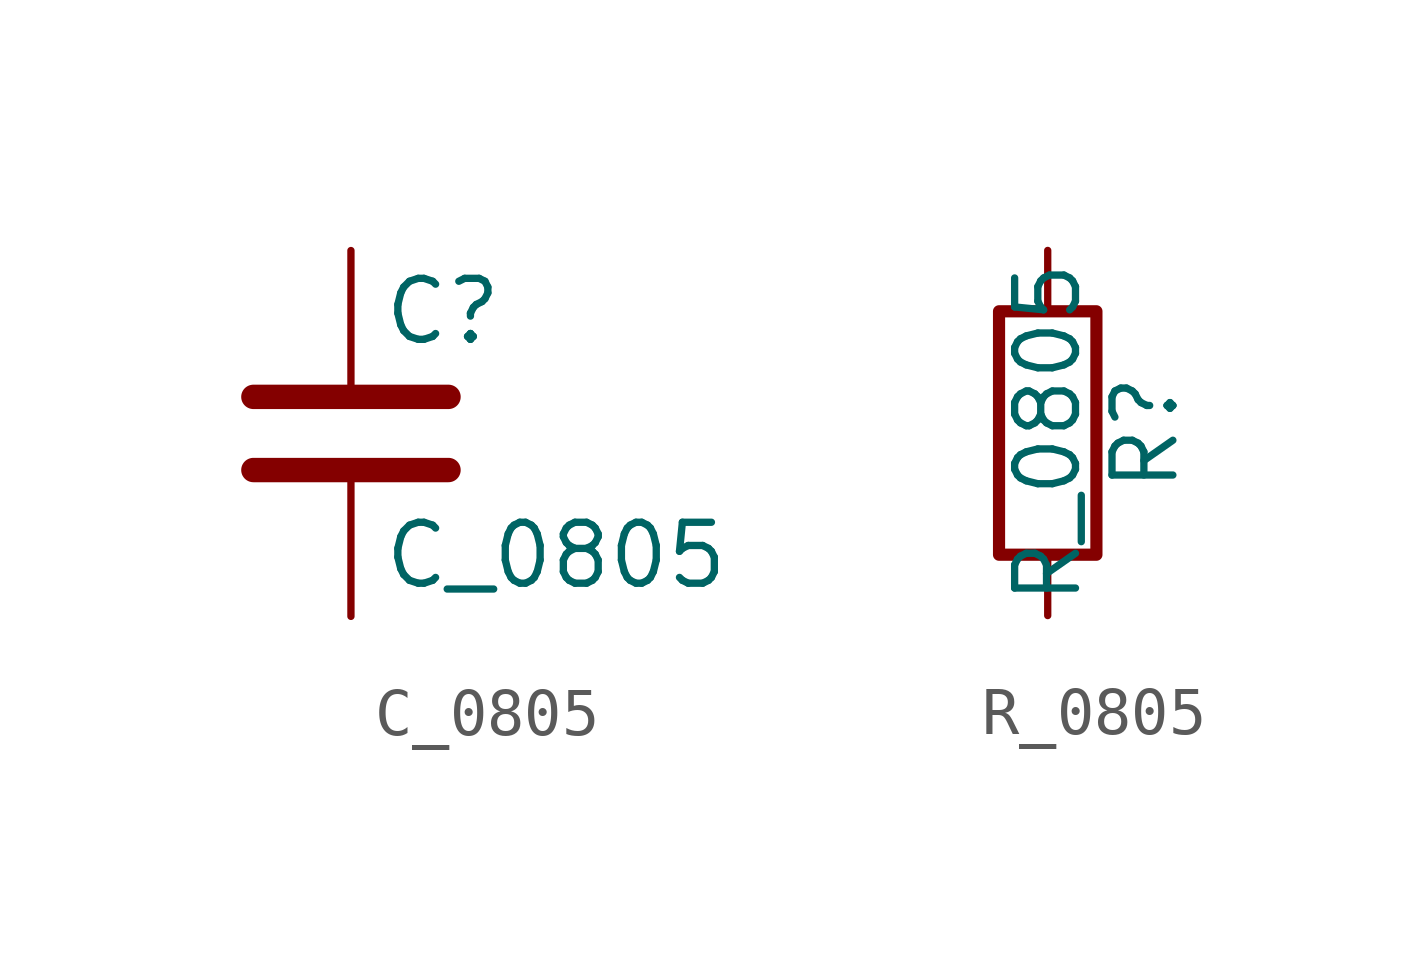
<source format=kicad_sym>
(kicad_symbol_lib
  (version 20241209)
  (generator "kicad_symbol_editor")
  (generator_version "9.0")
  (symbol "C_0805"
    (pin_numbers
      (hide yes))
    (pin_names
      (offset 0.254))
    (property "Reference" "C"
      (at 0.635 2.54 0)
      (effects (font (size 1.27 1.27)) (justify left)))
    (property "Value" "C_0805"
      (at 0.635 -2.54 0)
      (effects (font (size 1.27 1.27)) (justify left)))
    (symbol "C_0805_0_1"
      (polyline (pts (xy -2.032 0.762) (xy 2.032 0.762)) (stroke (width 0.508) (type default)) (fill (type none)))
      (polyline (pts (xy -2.032 -0.762) (xy 2.032 -0.762)) (stroke (width 0.508) (type default)) (fill (type none))))
    (symbol "C_0805_1_1"
      (pin passive line (at 0 3.81 270) (length 2.794) (name "~" (effects (font (size 1.27 1.27)))) (number "1" (effects (font (size 1.27 1.27)))))
      (pin passive line (at 0 -3.81 90) (length 2.794) (name "~" (effects (font (size 1.27 1.27)))) (number "2" (effects (font (size 1.27 1.27)))))))
  (symbol "R_0805"
    (pin_numbers
      (hide yes))
    (pin_names
      (offset 0))
    (property "Reference" "R"
      (at 2.032 0 90)
      (effects (font (size 1.27 1.27))))
    (property "Value" "R_0805"
      (at 0 0 90)
      (effects (font (size 1.27 1.27))))
    (symbol "R_0805_0_1"
      (rectangle (start -1.016 -2.54) (end 1.016 2.54) (stroke (width 0.254) (type default)) (fill (type none))))
    (symbol "R_0805_1_1"
      (pin passive line (at 0 3.81 270) (length 1.27) (name "~" (effects (font (size 1.27 1.27)))) (number "1" (effects (font (size 1.27 1.27)))))
      (pin passive line (at 0 -3.81 90) (length 1.27) (name "~" (effects (font (size 1.27 1.27)))) (number "2" (effects (font (size 1.27 1.27))))))))
</source>
